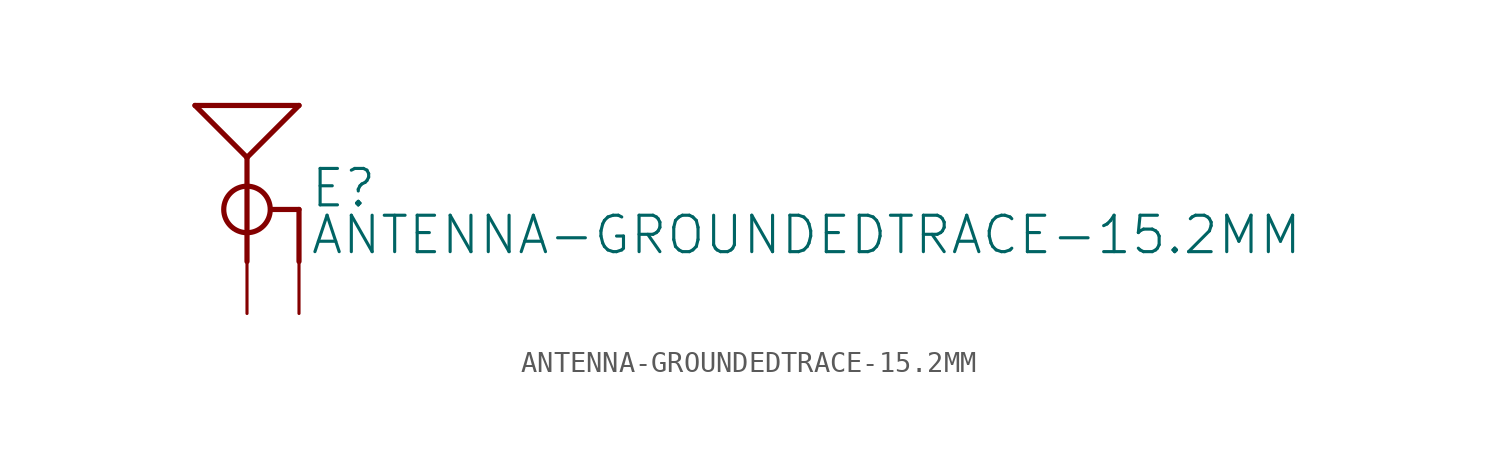
<source format=kicad_sym>
(kicad_symbol_lib
  (version 20211014)
  (generator kicad_symbol_editor)
  (symbol "ANTENNA-GROUNDEDTRACE-15.2MM"
    (property "Reference" "E"
      (at 3.048 -5.08 0)
      (effects (font (size 1.778 1.778)) (justify left bottom)))
    (property "Value" "ANTENNA-GROUNDEDTRACE-15.2MM"
      (at 3.048 -7.366 0)
      (effects (font (size 1.778 1.778)) (justify left bottom)))
    (property "ki_locked" ""
      (at 0 0 0)
      (effects (font (size 1.27 1.27))))
    (symbol "ANTENNA-GROUNDEDTRACE-15.2MM_1_0"
      (circle (center 0 -5.08) (radius 1.136) (stroke (width 0.254) (type default) (color 0 0 0 0)) (fill (type none)))
      (polyline (pts (xy -2.54 0) (xy 2.54 0)) (stroke (width 0.254) (type default) (color 0 0 0 0)) (fill (type none)))
      (polyline (pts (xy 0 -2.54) (xy -2.54 0)) (stroke (width 0.254) (type default) (color 0 0 0 0)) (fill (type none)))
      (polyline (pts (xy 0 -2.54) (xy 0 -7.62)) (stroke (width 0.254) (type default) (color 0 0 0 0)) (fill (type none)))
      (polyline (pts (xy 0 -2.54) (xy 2.54 0)) (stroke (width 0.254) (type default) (color 0 0 0 0)) (fill (type none)))
      (polyline (pts (xy 1.27 -5.08) (xy 2.54 -5.08)) (stroke (width 0.254) (type default) (color 0 0 0 0)) (fill (type none)))
      (polyline (pts (xy 2.54 -5.08) (xy 2.54 -7.62)) (stroke (width 0.254) (type default) (color 0 0 0 0)) (fill (type none)))
      (pin bidirectional line (at 0 -10.16 90) (length 2.54) (name "SIGNAL" (effects (font (size 0 0)))) (number "ANT" (effects (font (size 0 0)))))
      (pin bidirectional line (at 2.54 -10.16 90) (length 2.54) (name "GND" (effects (font (size 0 0)))) (number "GND" (effects (font (size 0 0))))))))
</source>
